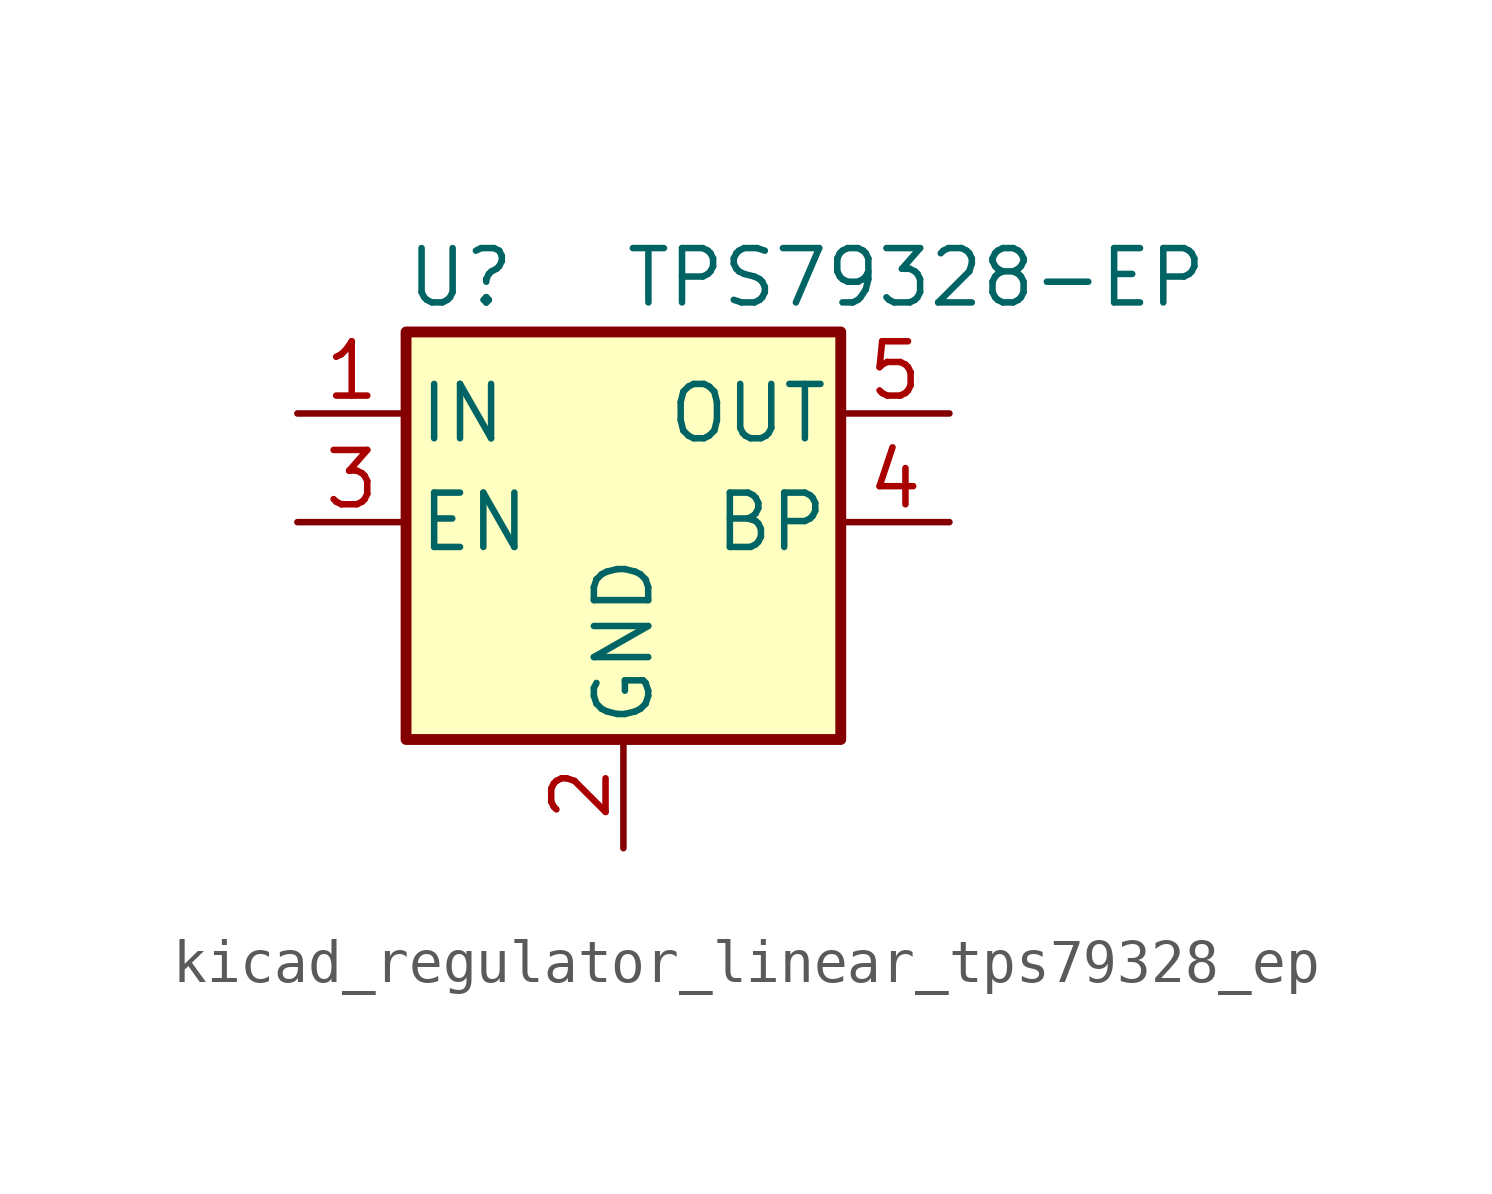
<source format=kicad_sym>
(kicad_symbol_lib
  (version 20220914)
  (generator kicad_symbol_editor)
  (symbol "kicad_regulator_linear_tps79328_ep"
    (pin_names
      (offset 0.254))
    (property "Reference" "U"
      (at -3.81 5.715 0)
      (effects (font (size 1.27 1.27))))
    (property "Value" "TPS79328-EP"
      (at 0 5.715 0)
      (effects (font (size 1.27 1.27)) (justify left)))
    (symbol "kicad_regulator_linear_tps79328_ep_1_1"
      (rectangle (start 5.08 -5.08) (end -5.08 4.445) (stroke (width 0.254) (type default)) (fill (type background)))
      (pin power_in line (at -7.62 2.54 0) (length 2.54) (name "IN" (effects (font (size 1.27 1.27)))) (number "1" (effects (font (size 1.27 1.27)))))
      (pin power_in line (at 0 -7.62 90) (length 2.54) (name "GND" (effects (font (size 1.27 1.27)))) (number "2" (effects (font (size 1.27 1.27)))))
      (pin input line (at -7.62 0 0) (length 2.54) (name "EN" (effects (font (size 1.27 1.27)))) (number "3" (effects (font (size 1.27 1.27)))))
      (pin bidirectional line (at 7.62 0 180) (length 2.54) (name "BP" (effects (font (size 1.27 1.27)))) (number "4" (effects (font (size 1.27 1.27)))))
      (pin power_out line (at 7.62 2.54 180) (length 2.54) (name "OUT" (effects (font (size 1.27 1.27)))) (number "5" (effects (font (size 1.27 1.27))))))))
</source>
